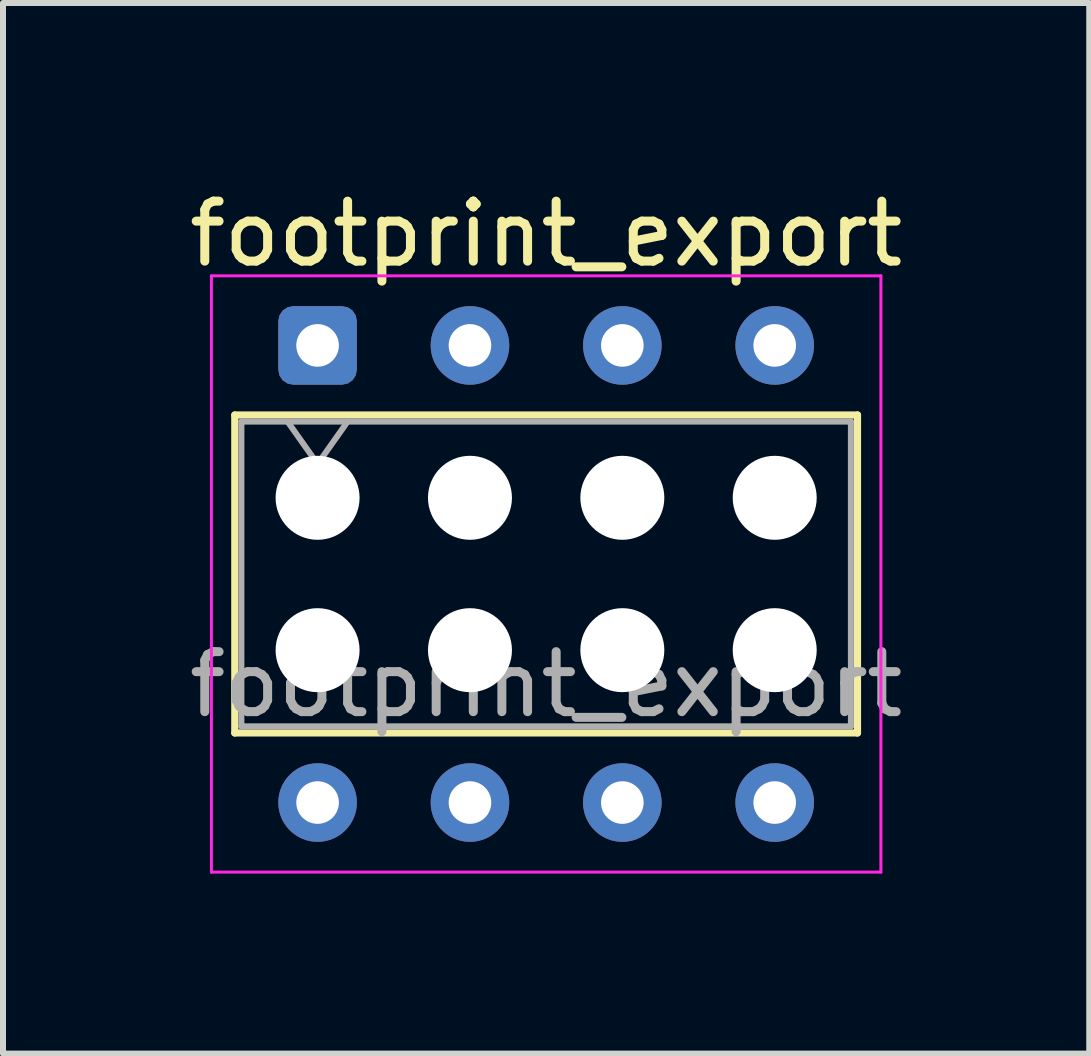
<source format=kicad_pcb>
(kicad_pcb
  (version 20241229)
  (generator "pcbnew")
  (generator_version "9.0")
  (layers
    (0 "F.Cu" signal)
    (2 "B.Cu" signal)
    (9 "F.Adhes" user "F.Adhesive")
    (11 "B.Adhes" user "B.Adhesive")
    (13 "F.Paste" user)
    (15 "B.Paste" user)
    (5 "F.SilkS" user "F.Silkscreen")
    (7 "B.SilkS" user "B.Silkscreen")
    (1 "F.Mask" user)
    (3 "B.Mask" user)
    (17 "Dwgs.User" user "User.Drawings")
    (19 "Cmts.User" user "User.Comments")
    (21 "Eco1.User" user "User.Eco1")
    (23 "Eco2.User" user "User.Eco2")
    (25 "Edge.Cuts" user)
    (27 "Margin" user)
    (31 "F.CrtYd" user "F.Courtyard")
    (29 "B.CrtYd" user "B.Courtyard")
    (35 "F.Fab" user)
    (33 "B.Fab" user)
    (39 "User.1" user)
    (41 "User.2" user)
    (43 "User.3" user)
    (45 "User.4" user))
  (footprint "footprint_export"
    (layer "F.Cu")
    (at 2.244 2.708)
    (property "Reference" "footprint_export" (at 3.81 -1.86 0) (layer "F.SilkS") (effects (font (size 1 1) (thickness 0.15))))
    (attr through_hole)
    (fp_line (start -1.38 1.16) (end 9 1.16) (stroke (width 0.12) (type solid)) (layer "F.SilkS"))
    (fp_line (start -1.38 6.46) (end -1.38 1.16) (stroke (width 0.12) (type solid)) (layer "F.SilkS"))
    (fp_line (start 9 1.16) (end 9 6.46) (stroke (width 0.12) (type solid)) (layer "F.SilkS"))
    (fp_line (start 9 6.46) (end -1.38 6.46) (stroke (width 0.12) (type solid)) (layer "F.SilkS"))
    (fp_line (start -1.77 -1.16) (end 9.39 -1.16) (stroke (width 0.05) (type solid)) (layer "F.CrtYd"))
    (fp_line (start -1.77 8.78) (end -1.77 -1.16) (stroke (width 0.05) (type solid)) (layer "F.CrtYd"))
    (fp_line (start 9.39 -1.16) (end 9.39 8.78) (stroke (width 0.05) (type solid)) (layer "F.CrtYd"))
    (fp_line (start 9.39 8.78) (end -1.77 8.78) (stroke (width 0.05) (type solid)) (layer "F.CrtYd"))
    (fp_line (start -1.27 1.27) (end 8.89 1.27) (stroke (width 0.1) (type solid)) (layer "F.Fab"))
    (fp_line (start -1.27 6.35) (end -1.27 1.27) (stroke (width 0.1) (type solid)) (layer "F.Fab"))
    (fp_line (start -0.5 1.27) (end 0 1.977) (stroke (width 0.1) (type solid)) (layer "F.Fab"))
    (fp_line (start 0 1.977) (end 0.5 1.27) (stroke (width 0.1) (type solid)) (layer "F.Fab"))
    (fp_line (start 8.89 1.27) (end 8.89 6.35) (stroke (width 0.1) (type solid)) (layer "F.Fab"))
    (fp_line (start 8.89 6.35) (end -1.27 6.35) (stroke (width 0.1) (type solid)) (layer "F.Fab"))
    (fp_text user "${REFERENCE}" (at 3.81 5.65 0) (layer "F.Fab") (effects (font (size 1 1) (thickness 0.15))))
    (pad "" np_thru_hole circle (at 0 2.54) (size 1.4 1.4) (drill 1.4) (layers "*.Cu" "*.Mask"))
    (pad "" np_thru_hole circle (at 0 5.08) (size 1.4 1.4) (drill 1.4) (layers "*.Cu" "*.Mask"))
    (pad "" np_thru_hole circle (at 2.54 2.54) (size 1.4 1.4) (drill 1.4) (layers "*.Cu" "*.Mask"))
    (pad "" np_thru_hole circle (at 2.54 5.08) (size 1.4 1.4) (drill 1.4) (layers "*.Cu" "*.Mask"))
    (pad "" np_thru_hole circle (at 5.08 2.54) (size 1.4 1.4) (drill 1.4) (layers "*.Cu" "*.Mask"))
    (pad "" np_thru_hole circle (at 5.08 5.08) (size 1.4 1.4) (drill 1.4) (layers "*.Cu" "*.Mask"))
    (pad "" np_thru_hole circle (at 7.62 2.54) (size 1.4 1.4) (drill 1.4) (layers "*.Cu" "*.Mask"))
    (pad "" np_thru_hole circle (at 7.62 5.08) (size 1.4 1.4) (drill 1.4) (layers "*.Cu" "*.Mask"))
    (pad "1" thru_hole roundrect (at 0 0) (size 1.31 1.31) (drill 0.71) (layers "*.Cu" "*.Mask") (roundrect_rratio 0.191))
    (pad "2" thru_hole circle (at 0 7.62) (size 1.31 1.31) (drill 0.71) (layers "*.Cu" "*.Mask"))
    (pad "3" thru_hole circle (at 2.54 0) (size 1.31 1.31) (drill 0.71) (layers "*.Cu" "*.Mask"))
    (pad "4" thru_hole circle (at 2.54 7.62) (size 1.31 1.31) (drill 0.71) (layers "*.Cu" "*.Mask"))
    (pad "5" thru_hole circle (at 5.08 0) (size 1.31 1.31) (drill 0.71) (layers "*.Cu" "*.Mask"))
    (pad "6" thru_hole circle (at 5.08 7.62) (size 1.31 1.31) (drill 0.71) (layers "*.Cu" "*.Mask"))
    (pad "7" thru_hole circle (at 7.62 0) (size 1.31 1.31) (drill 0.71) (layers "*.Cu" "*.Mask"))
    (pad "8" thru_hole circle (at 7.62 7.62) (size 1.31 1.31) (drill 0.71) (layers "*.Cu" "*.Mask")))
  (gr_rect
    (start -3 -3)
    (end 15.107 14.513)
    (stroke (width 0.1) (type default))
    (fill no)
    (layer "Edge.Cuts")))
</source>
